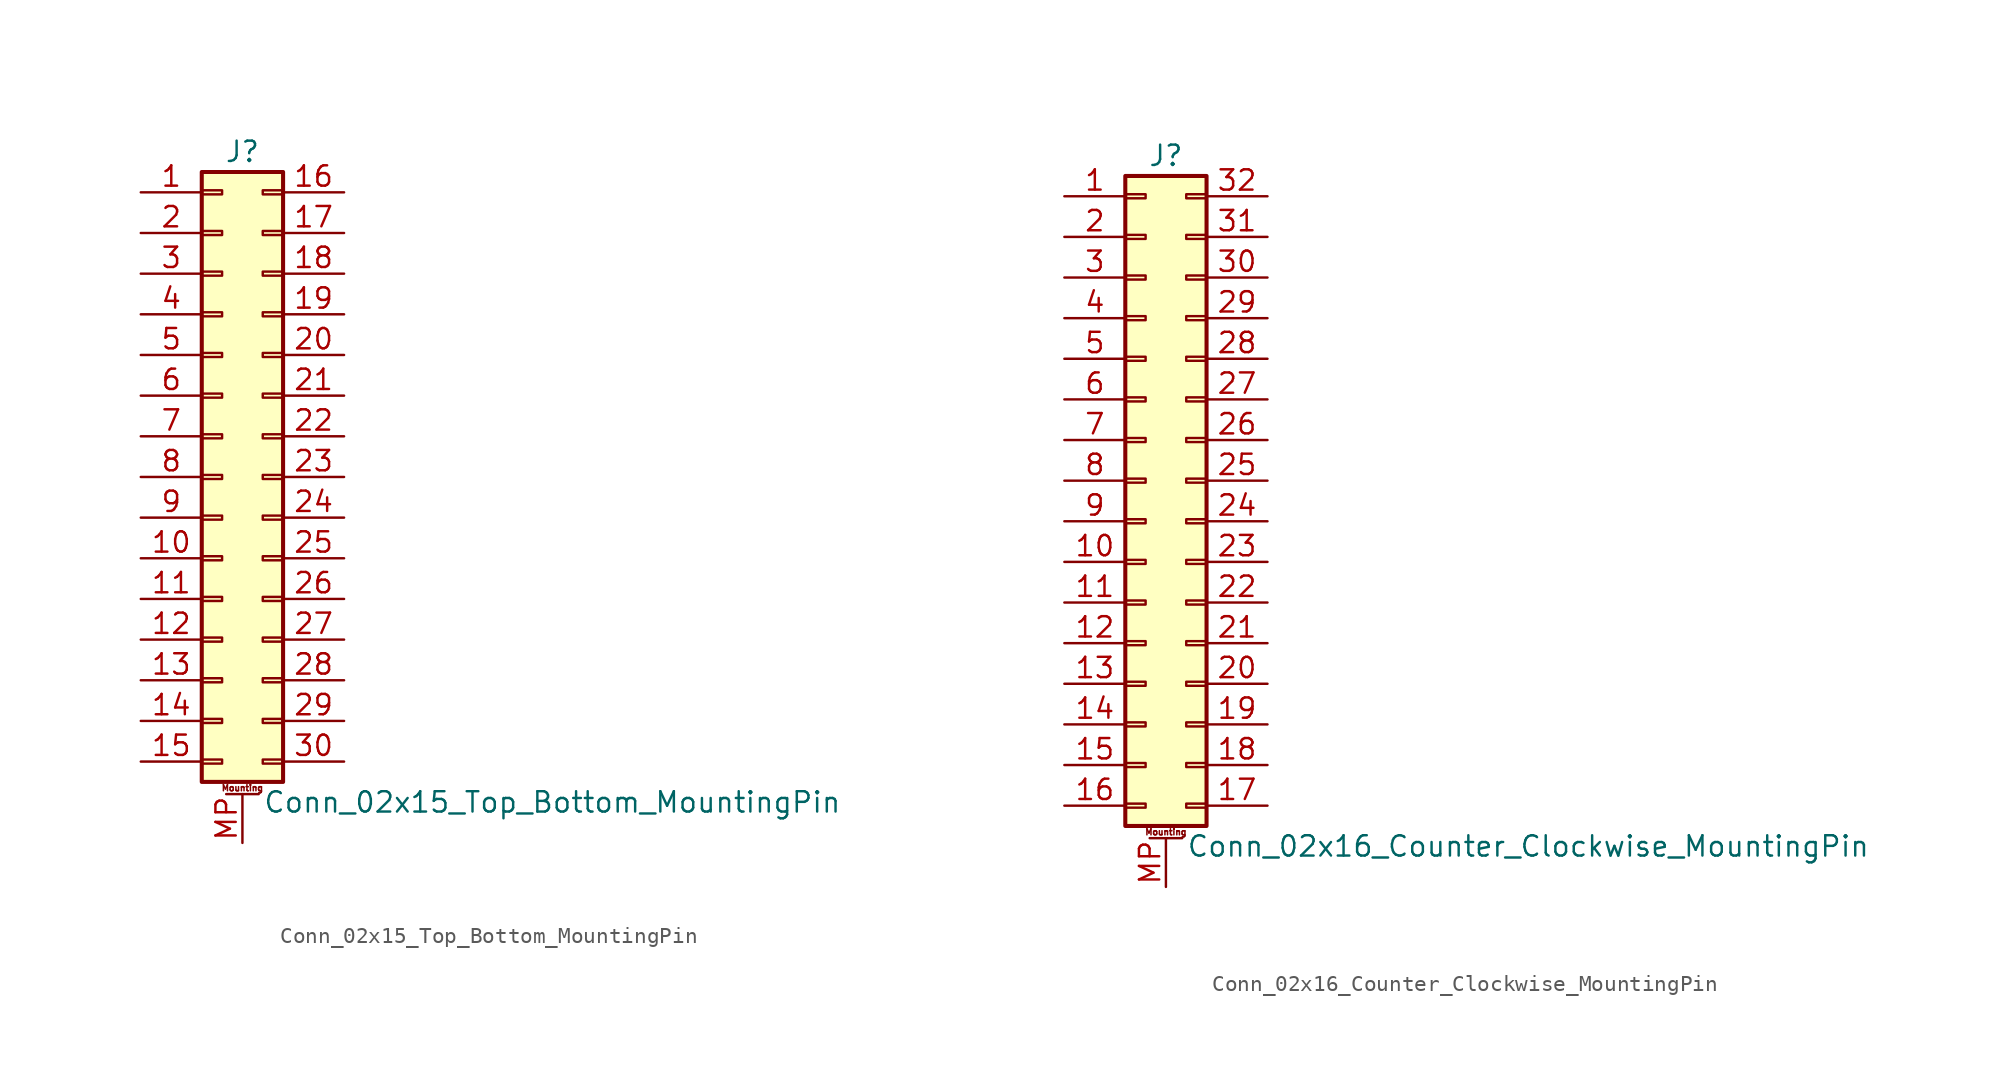
<source format=kicad_sym>
(kicad_symbol_lib
  (version 20220914)
  (generator kicad_symbol_editor)
  (symbol "Conn_02x15_Top_Bottom_MountingPin"
    (pin_names
      (offset 1.016) hide)
    (property "Reference" "J"
      (at 1.27 20.32 0)
      (effects (font (size 1.27 1.27))))
    (property "Value" "Conn_02x15_Top_Bottom_MountingPin"
      (at 2.54 -20.32 0)
      (effects (font (size 1.27 1.27)) (justify left)))
    (symbol "Conn_02x15_Top_Bottom_MountingPin_1_1"
      (rectangle (start -1.27 -17.653) (end 0 -17.907) (stroke (width 0.152) (type default)) (fill (type none)))
      (rectangle (start -1.27 -15.113) (end 0 -15.367) (stroke (width 0.152) (type default)) (fill (type none)))
      (rectangle (start -1.27 -12.573) (end 0 -12.827) (stroke (width 0.152) (type default)) (fill (type none)))
      (rectangle (start -1.27 -10.033) (end 0 -10.287) (stroke (width 0.152) (type default)) (fill (type none)))
      (rectangle (start -1.27 -7.493) (end 0 -7.747) (stroke (width 0.152) (type default)) (fill (type none)))
      (rectangle (start -1.27 -4.953) (end 0 -5.207) (stroke (width 0.152) (type default)) (fill (type none)))
      (rectangle (start -1.27 -2.413) (end 0 -2.667) (stroke (width 0.152) (type default)) (fill (type none)))
      (rectangle (start -1.27 0.127) (end 0 -0.127) (stroke (width 0.152) (type default)) (fill (type none)))
      (rectangle (start -1.27 2.667) (end 0 2.413) (stroke (width 0.152) (type default)) (fill (type none)))
      (rectangle (start -1.27 5.207) (end 0 4.953) (stroke (width 0.152) (type default)) (fill (type none)))
      (rectangle (start -1.27 7.747) (end 0 7.493) (stroke (width 0.152) (type default)) (fill (type none)))
      (rectangle (start -1.27 10.287) (end 0 10.033) (stroke (width 0.152) (type default)) (fill (type none)))
      (rectangle (start -1.27 12.827) (end 0 12.573) (stroke (width 0.152) (type default)) (fill (type none)))
      (rectangle (start -1.27 15.367) (end 0 15.113) (stroke (width 0.152) (type default)) (fill (type none)))
      (rectangle (start -1.27 17.907) (end 0 17.653) (stroke (width 0.152) (type default)) (fill (type none)))
      (rectangle (start -1.27 19.05) (end 3.81 -19.05) (stroke (width 0.254) (type default)) (fill (type background)))
      (polyline (pts (xy 0.254 -19.812) (xy 2.286 -19.812)) (stroke (width 0.152) (type default)) (fill (type none)))
      (rectangle (start 3.81 -17.653) (end 2.54 -17.907) (stroke (width 0.152) (type default)) (fill (type none)))
      (rectangle (start 3.81 -15.113) (end 2.54 -15.367) (stroke (width 0.152) (type default)) (fill (type none)))
      (rectangle (start 3.81 -12.573) (end 2.54 -12.827) (stroke (width 0.152) (type default)) (fill (type none)))
      (rectangle (start 3.81 -10.033) (end 2.54 -10.287) (stroke (width 0.152) (type default)) (fill (type none)))
      (rectangle (start 3.81 -7.493) (end 2.54 -7.747) (stroke (width 0.152) (type default)) (fill (type none)))
      (rectangle (start 3.81 -4.953) (end 2.54 -5.207) (stroke (width 0.152) (type default)) (fill (type none)))
      (rectangle (start 3.81 -2.413) (end 2.54 -2.667) (stroke (width 0.152) (type default)) (fill (type none)))
      (rectangle (start 3.81 0.127) (end 2.54 -0.127) (stroke (width 0.152) (type default)) (fill (type none)))
      (rectangle (start 3.81 2.667) (end 2.54 2.413) (stroke (width 0.152) (type default)) (fill (type none)))
      (rectangle (start 3.81 5.207) (end 2.54 4.953) (stroke (width 0.152) (type default)) (fill (type none)))
      (rectangle (start 3.81 7.747) (end 2.54 7.493) (stroke (width 0.152) (type default)) (fill (type none)))
      (rectangle (start 3.81 10.287) (end 2.54 10.033) (stroke (width 0.152) (type default)) (fill (type none)))
      (rectangle (start 3.81 12.827) (end 2.54 12.573) (stroke (width 0.152) (type default)) (fill (type none)))
      (rectangle (start 3.81 15.367) (end 2.54 15.113) (stroke (width 0.152) (type default)) (fill (type none)))
      (rectangle (start 3.81 17.907) (end 2.54 17.653) (stroke (width 0.152) (type default)) (fill (type none)))
      (text "Mounting" (at 1.27 -19.431 0) (effects (font (size 0.381 0.381))))
      (pin passive line (at -5.08 17.78 0) (length 3.81) (name "Pin_1" (effects (font (size 1.27 1.27)))) (number "1" (effects (font (size 1.27 1.27)))))
      (pin passive line (at -5.08 -5.08 0) (length 3.81) (name "Pin_10" (effects (font (size 1.27 1.27)))) (number "10" (effects (font (size 1.27 1.27)))))
      (pin passive line (at -5.08 -7.62 0) (length 3.81) (name "Pin_11" (effects (font (size 1.27 1.27)))) (number "11" (effects (font (size 1.27 1.27)))))
      (pin passive line (at -5.08 -10.16 0) (length 3.81) (name "Pin_12" (effects (font (size 1.27 1.27)))) (number "12" (effects (font (size 1.27 1.27)))))
      (pin passive line (at -5.08 -12.7 0) (length 3.81) (name "Pin_13" (effects (font (size 1.27 1.27)))) (number "13" (effects (font (size 1.27 1.27)))))
      (pin passive line (at -5.08 -15.24 0) (length 3.81) (name "Pin_14" (effects (font (size 1.27 1.27)))) (number "14" (effects (font (size 1.27 1.27)))))
      (pin passive line (at -5.08 -17.78 0) (length 3.81) (name "Pin_15" (effects (font (size 1.27 1.27)))) (number "15" (effects (font (size 1.27 1.27)))))
      (pin passive line (at 7.62 17.78 180) (length 3.81) (name "Pin_16" (effects (font (size 1.27 1.27)))) (number "16" (effects (font (size 1.27 1.27)))))
      (pin passive line (at 7.62 15.24 180) (length 3.81) (name "Pin_17" (effects (font (size 1.27 1.27)))) (number "17" (effects (font (size 1.27 1.27)))))
      (pin passive line (at 7.62 12.7 180) (length 3.81) (name "Pin_18" (effects (font (size 1.27 1.27)))) (number "18" (effects (font (size 1.27 1.27)))))
      (pin passive line (at 7.62 10.16 180) (length 3.81) (name "Pin_19" (effects (font (size 1.27 1.27)))) (number "19" (effects (font (size 1.27 1.27)))))
      (pin passive line (at -5.08 15.24 0) (length 3.81) (name "Pin_2" (effects (font (size 1.27 1.27)))) (number "2" (effects (font (size 1.27 1.27)))))
      (pin passive line (at 7.62 7.62 180) (length 3.81) (name "Pin_20" (effects (font (size 1.27 1.27)))) (number "20" (effects (font (size 1.27 1.27)))))
      (pin passive line (at 7.62 5.08 180) (length 3.81) (name "Pin_21" (effects (font (size 1.27 1.27)))) (number "21" (effects (font (size 1.27 1.27)))))
      (pin passive line (at 7.62 2.54 180) (length 3.81) (name "Pin_22" (effects (font (size 1.27 1.27)))) (number "22" (effects (font (size 1.27 1.27)))))
      (pin passive line (at 7.62 0 180) (length 3.81) (name "Pin_23" (effects (font (size 1.27 1.27)))) (number "23" (effects (font (size 1.27 1.27)))))
      (pin passive line (at 7.62 -2.54 180) (length 3.81) (name "Pin_24" (effects (font (size 1.27 1.27)))) (number "24" (effects (font (size 1.27 1.27)))))
      (pin passive line (at 7.62 -5.08 180) (length 3.81) (name "Pin_25" (effects (font (size 1.27 1.27)))) (number "25" (effects (font (size 1.27 1.27)))))
      (pin passive line (at 7.62 -7.62 180) (length 3.81) (name "Pin_26" (effects (font (size 1.27 1.27)))) (number "26" (effects (font (size 1.27 1.27)))))
      (pin passive line (at 7.62 -10.16 180) (length 3.81) (name "Pin_27" (effects (font (size 1.27 1.27)))) (number "27" (effects (font (size 1.27 1.27)))))
      (pin passive line (at 7.62 -12.7 180) (length 3.81) (name "Pin_28" (effects (font (size 1.27 1.27)))) (number "28" (effects (font (size 1.27 1.27)))))
      (pin passive line (at 7.62 -15.24 180) (length 3.81) (name "Pin_29" (effects (font (size 1.27 1.27)))) (number "29" (effects (font (size 1.27 1.27)))))
      (pin passive line (at -5.08 12.7 0) (length 3.81) (name "Pin_3" (effects (font (size 1.27 1.27)))) (number "3" (effects (font (size 1.27 1.27)))))
      (pin passive line (at 7.62 -17.78 180) (length 3.81) (name "Pin_30" (effects (font (size 1.27 1.27)))) (number "30" (effects (font (size 1.27 1.27)))))
      (pin passive line (at -5.08 10.16 0) (length 3.81) (name "Pin_4" (effects (font (size 1.27 1.27)))) (number "4" (effects (font (size 1.27 1.27)))))
      (pin passive line (at -5.08 7.62 0) (length 3.81) (name "Pin_5" (effects (font (size 1.27 1.27)))) (number "5" (effects (font (size 1.27 1.27)))))
      (pin passive line (at -5.08 5.08 0) (length 3.81) (name "Pin_6" (effects (font (size 1.27 1.27)))) (number "6" (effects (font (size 1.27 1.27)))))
      (pin passive line (at -5.08 2.54 0) (length 3.81) (name "Pin_7" (effects (font (size 1.27 1.27)))) (number "7" (effects (font (size 1.27 1.27)))))
      (pin passive line (at -5.08 0 0) (length 3.81) (name "Pin_8" (effects (font (size 1.27 1.27)))) (number "8" (effects (font (size 1.27 1.27)))))
      (pin passive line (at -5.08 -2.54 0) (length 3.81) (name "Pin_9" (effects (font (size 1.27 1.27)))) (number "9" (effects (font (size 1.27 1.27)))))
      (pin passive line (at 1.27 -22.86 90) (length 3.048) (name "MountPin" (effects (font (size 1.27 1.27)))) (number "MP" (effects (font (size 1.27 1.27)))))))
  (symbol "Conn_02x16_Counter_Clockwise_MountingPin"
    (pin_names
      (offset 1.016) hide)
    (property "Reference" "J"
      (at 1.27 20.32 0)
      (effects (font (size 1.27 1.27))))
    (property "Value" "Conn_02x16_Counter_Clockwise_MountingPin"
      (at 2.54 -22.86 0)
      (effects (font (size 1.27 1.27)) (justify left)))
    (symbol "Conn_02x16_Counter_Clockwise_MountingPin_1_1"
      (rectangle (start -1.27 -20.193) (end 0 -20.447) (stroke (width 0.152) (type default)) (fill (type none)))
      (rectangle (start -1.27 -17.653) (end 0 -17.907) (stroke (width 0.152) (type default)) (fill (type none)))
      (rectangle (start -1.27 -15.113) (end 0 -15.367) (stroke (width 0.152) (type default)) (fill (type none)))
      (rectangle (start -1.27 -12.573) (end 0 -12.827) (stroke (width 0.152) (type default)) (fill (type none)))
      (rectangle (start -1.27 -10.033) (end 0 -10.287) (stroke (width 0.152) (type default)) (fill (type none)))
      (rectangle (start -1.27 -7.493) (end 0 -7.747) (stroke (width 0.152) (type default)) (fill (type none)))
      (rectangle (start -1.27 -4.953) (end 0 -5.207) (stroke (width 0.152) (type default)) (fill (type none)))
      (rectangle (start -1.27 -2.413) (end 0 -2.667) (stroke (width 0.152) (type default)) (fill (type none)))
      (rectangle (start -1.27 0.127) (end 0 -0.127) (stroke (width 0.152) (type default)) (fill (type none)))
      (rectangle (start -1.27 2.667) (end 0 2.413) (stroke (width 0.152) (type default)) (fill (type none)))
      (rectangle (start -1.27 5.207) (end 0 4.953) (stroke (width 0.152) (type default)) (fill (type none)))
      (rectangle (start -1.27 7.747) (end 0 7.493) (stroke (width 0.152) (type default)) (fill (type none)))
      (rectangle (start -1.27 10.287) (end 0 10.033) (stroke (width 0.152) (type default)) (fill (type none)))
      (rectangle (start -1.27 12.827) (end 0 12.573) (stroke (width 0.152) (type default)) (fill (type none)))
      (rectangle (start -1.27 15.367) (end 0 15.113) (stroke (width 0.152) (type default)) (fill (type none)))
      (rectangle (start -1.27 17.907) (end 0 17.653) (stroke (width 0.152) (type default)) (fill (type none)))
      (rectangle (start -1.27 19.05) (end 3.81 -21.59) (stroke (width 0.254) (type default)) (fill (type background)))
      (polyline (pts (xy 0.254 -22.352) (xy 2.286 -22.352)) (stroke (width 0.152) (type default)) (fill (type none)))
      (rectangle (start 3.81 -20.193) (end 2.54 -20.447) (stroke (width 0.152) (type default)) (fill (type none)))
      (rectangle (start 3.81 -17.653) (end 2.54 -17.907) (stroke (width 0.152) (type default)) (fill (type none)))
      (rectangle (start 3.81 -15.113) (end 2.54 -15.367) (stroke (width 0.152) (type default)) (fill (type none)))
      (rectangle (start 3.81 -12.573) (end 2.54 -12.827) (stroke (width 0.152) (type default)) (fill (type none)))
      (rectangle (start 3.81 -10.033) (end 2.54 -10.287) (stroke (width 0.152) (type default)) (fill (type none)))
      (rectangle (start 3.81 -7.493) (end 2.54 -7.747) (stroke (width 0.152) (type default)) (fill (type none)))
      (rectangle (start 3.81 -4.953) (end 2.54 -5.207) (stroke (width 0.152) (type default)) (fill (type none)))
      (rectangle (start 3.81 -2.413) (end 2.54 -2.667) (stroke (width 0.152) (type default)) (fill (type none)))
      (rectangle (start 3.81 0.127) (end 2.54 -0.127) (stroke (width 0.152) (type default)) (fill (type none)))
      (rectangle (start 3.81 2.667) (end 2.54 2.413) (stroke (width 0.152) (type default)) (fill (type none)))
      (rectangle (start 3.81 5.207) (end 2.54 4.953) (stroke (width 0.152) (type default)) (fill (type none)))
      (rectangle (start 3.81 7.747) (end 2.54 7.493) (stroke (width 0.152) (type default)) (fill (type none)))
      (rectangle (start 3.81 10.287) (end 2.54 10.033) (stroke (width 0.152) (type default)) (fill (type none)))
      (rectangle (start 3.81 12.827) (end 2.54 12.573) (stroke (width 0.152) (type default)) (fill (type none)))
      (rectangle (start 3.81 15.367) (end 2.54 15.113) (stroke (width 0.152) (type default)) (fill (type none)))
      (rectangle (start 3.81 17.907) (end 2.54 17.653) (stroke (width 0.152) (type default)) (fill (type none)))
      (text "Mounting" (at 1.27 -21.971 0) (effects (font (size 0.381 0.381))))
      (pin passive line (at -5.08 17.78 0) (length 3.81) (name "Pin_1" (effects (font (size 1.27 1.27)))) (number "1" (effects (font (size 1.27 1.27)))))
      (pin passive line (at -5.08 -5.08 0) (length 3.81) (name "Pin_10" (effects (font (size 1.27 1.27)))) (number "10" (effects (font (size 1.27 1.27)))))
      (pin passive line (at -5.08 -7.62 0) (length 3.81) (name "Pin_11" (effects (font (size 1.27 1.27)))) (number "11" (effects (font (size 1.27 1.27)))))
      (pin passive line (at -5.08 -10.16 0) (length 3.81) (name "Pin_12" (effects (font (size 1.27 1.27)))) (number "12" (effects (font (size 1.27 1.27)))))
      (pin passive line (at -5.08 -12.7 0) (length 3.81) (name "Pin_13" (effects (font (size 1.27 1.27)))) (number "13" (effects (font (size 1.27 1.27)))))
      (pin passive line (at -5.08 -15.24 0) (length 3.81) (name "Pin_14" (effects (font (size 1.27 1.27)))) (number "14" (effects (font (size 1.27 1.27)))))
      (pin passive line (at -5.08 -17.78 0) (length 3.81) (name "Pin_15" (effects (font (size 1.27 1.27)))) (number "15" (effects (font (size 1.27 1.27)))))
      (pin passive line (at -5.08 -20.32 0) (length 3.81) (name "Pin_16" (effects (font (size 1.27 1.27)))) (number "16" (effects (font (size 1.27 1.27)))))
      (pin passive line (at 7.62 -20.32 180) (length 3.81) (name "Pin_17" (effects (font (size 1.27 1.27)))) (number "17" (effects (font (size 1.27 1.27)))))
      (pin passive line (at 7.62 -17.78 180) (length 3.81) (name "Pin_18" (effects (font (size 1.27 1.27)))) (number "18" (effects (font (size 1.27 1.27)))))
      (pin passive line (at 7.62 -15.24 180) (length 3.81) (name "Pin_19" (effects (font (size 1.27 1.27)))) (number "19" (effects (font (size 1.27 1.27)))))
      (pin passive line (at -5.08 15.24 0) (length 3.81) (name "Pin_2" (effects (font (size 1.27 1.27)))) (number "2" (effects (font (size 1.27 1.27)))))
      (pin passive line (at 7.62 -12.7 180) (length 3.81) (name "Pin_20" (effects (font (size 1.27 1.27)))) (number "20" (effects (font (size 1.27 1.27)))))
      (pin passive line (at 7.62 -10.16 180) (length 3.81) (name "Pin_21" (effects (font (size 1.27 1.27)))) (number "21" (effects (font (size 1.27 1.27)))))
      (pin passive line (at 7.62 -7.62 180) (length 3.81) (name "Pin_22" (effects (font (size 1.27 1.27)))) (number "22" (effects (font (size 1.27 1.27)))))
      (pin passive line (at 7.62 -5.08 180) (length 3.81) (name "Pin_23" (effects (font (size 1.27 1.27)))) (number "23" (effects (font (size 1.27 1.27)))))
      (pin passive line (at 7.62 -2.54 180) (length 3.81) (name "Pin_24" (effects (font (size 1.27 1.27)))) (number "24" (effects (font (size 1.27 1.27)))))
      (pin passive line (at 7.62 0 180) (length 3.81) (name "Pin_25" (effects (font (size 1.27 1.27)))) (number "25" (effects (font (size 1.27 1.27)))))
      (pin passive line (at 7.62 2.54 180) (length 3.81) (name "Pin_26" (effects (font (size 1.27 1.27)))) (number "26" (effects (font (size 1.27 1.27)))))
      (pin passive line (at 7.62 5.08 180) (length 3.81) (name "Pin_27" (effects (font (size 1.27 1.27)))) (number "27" (effects (font (size 1.27 1.27)))))
      (pin passive line (at 7.62 7.62 180) (length 3.81) (name "Pin_28" (effects (font (size 1.27 1.27)))) (number "28" (effects (font (size 1.27 1.27)))))
      (pin passive line (at 7.62 10.16 180) (length 3.81) (name "Pin_29" (effects (font (size 1.27 1.27)))) (number "29" (effects (font (size 1.27 1.27)))))
      (pin passive line (at -5.08 12.7 0) (length 3.81) (name "Pin_3" (effects (font (size 1.27 1.27)))) (number "3" (effects (font (size 1.27 1.27)))))
      (pin passive line (at 7.62 12.7 180) (length 3.81) (name "Pin_30" (effects (font (size 1.27 1.27)))) (number "30" (effects (font (size 1.27 1.27)))))
      (pin passive line (at 7.62 15.24 180) (length 3.81) (name "Pin_31" (effects (font (size 1.27 1.27)))) (number "31" (effects (font (size 1.27 1.27)))))
      (pin passive line (at 7.62 17.78 180) (length 3.81) (name "Pin_32" (effects (font (size 1.27 1.27)))) (number "32" (effects (font (size 1.27 1.27)))))
      (pin passive line (at -5.08 10.16 0) (length 3.81) (name "Pin_4" (effects (font (size 1.27 1.27)))) (number "4" (effects (font (size 1.27 1.27)))))
      (pin passive line (at -5.08 7.62 0) (length 3.81) (name "Pin_5" (effects (font (size 1.27 1.27)))) (number "5" (effects (font (size 1.27 1.27)))))
      (pin passive line (at -5.08 5.08 0) (length 3.81) (name "Pin_6" (effects (font (size 1.27 1.27)))) (number "6" (effects (font (size 1.27 1.27)))))
      (pin passive line (at -5.08 2.54 0) (length 3.81) (name "Pin_7" (effects (font (size 1.27 1.27)))) (number "7" (effects (font (size 1.27 1.27)))))
      (pin passive line (at -5.08 0 0) (length 3.81) (name "Pin_8" (effects (font (size 1.27 1.27)))) (number "8" (effects (font (size 1.27 1.27)))))
      (pin passive line (at -5.08 -2.54 0) (length 3.81) (name "Pin_9" (effects (font (size 1.27 1.27)))) (number "9" (effects (font (size 1.27 1.27)))))
      (pin passive line (at 1.27 -25.4 90) (length 3.048) (name "MountPin" (effects (font (size 1.27 1.27)))) (number "MP" (effects (font (size 1.27 1.27))))))))
</source>
